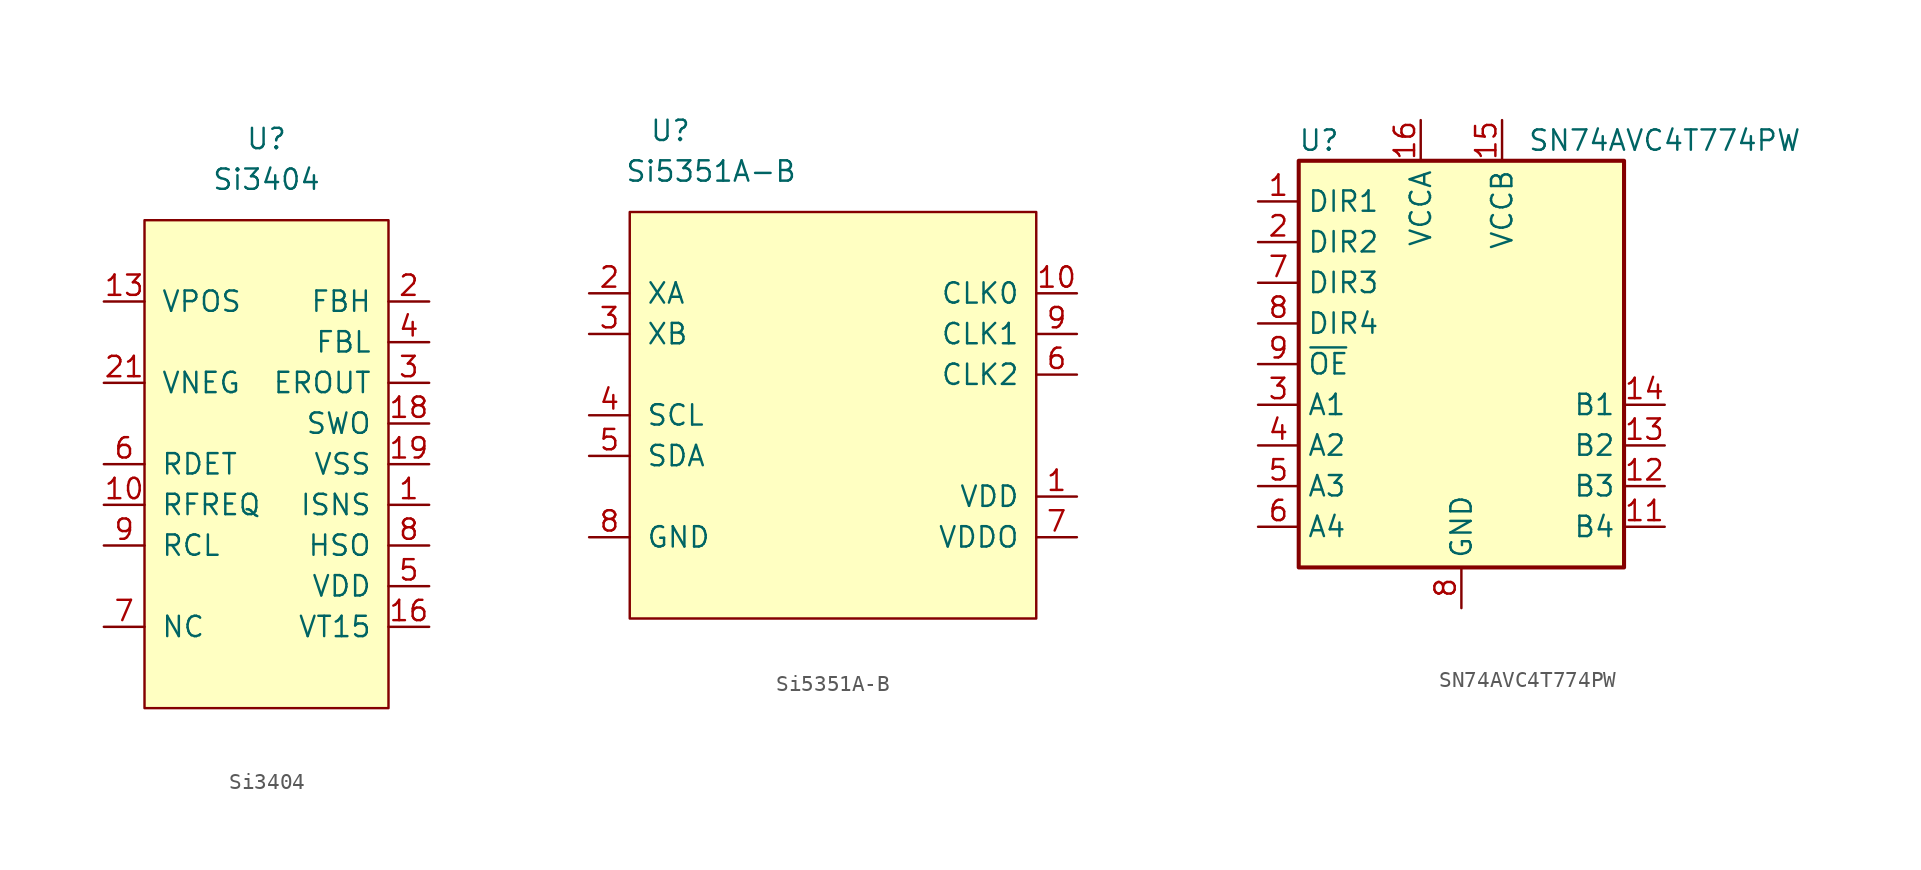
<source format=kicad_sym>
(kicad_symbol_lib
  (version 20231120)
  (generator "kicad_symbol_editor")
  (generator_version "8.0")
  (symbol "Si3404"
    (pin_names
      (offset 1.016))
    (property "Reference" "U"
      (at 0 5.08 0)
      (effects (font (size 1.27 1.27))))
    (property "Value" "Si3404"
      (at 0 2.54 0)
      (effects (font (size 1.27 1.27))))
    (symbol "Si3404_0_1"
      (rectangle (start -7.62 0) (end 7.62 -30.48) (stroke (width 0) (type default)) (fill (type background))))
    (symbol "Si3404_1_1"
      (pin input line (at 10.16 -17.78 180) (length 2.54) (name "ISNS" (effects (font (size 1.27 1.27)))) (number "1" (effects (font (size 1.27 1.27)))))
      (pin bidirectional line (at -10.16 -17.78 0) (length 2.54) (name "RFREQ" (effects (font (size 1.27 1.27)))) (number "10" (effects (font (size 1.27 1.27)))))
      (pin bidirectional line (at -10.16 -25.4 0) (length 2.54) hide (name "NC" (effects (font (size 1.27 1.27)))) (number "11" (effects (font (size 1.27 1.27)))))
      (pin bidirectional line (at -10.16 -25.4 0) (length 2.54) hide (name "NC" (effects (font (size 1.27 1.27)))) (number "12" (effects (font (size 1.27 1.27)))))
      (pin bidirectional line (at -10.16 -5.08 0) (length 2.54) (name "VPOS" (effects (font (size 1.27 1.27)))) (number "13" (effects (font (size 1.27 1.27)))))
      (pin bidirectional line (at -10.16 -25.4 0) (length 2.54) hide (name "NC" (effects (font (size 1.27 1.27)))) (number "14" (effects (font (size 1.27 1.27)))))
      (pin bidirectional line (at -10.16 -25.4 0) (length 2.54) hide (name "NC" (effects (font (size 1.27 1.27)))) (number "15" (effects (font (size 1.27 1.27)))))
      (pin input line (at 10.16 -25.4 180) (length 2.54) (name "VT15" (effects (font (size 1.27 1.27)))) (number "16" (effects (font (size 1.27 1.27)))))
      (pin bidirectional line (at -10.16 -25.4 0) (length 2.54) hide (name "NC" (effects (font (size 1.27 1.27)))) (number "17" (effects (font (size 1.27 1.27)))))
      (pin output line (at 10.16 -12.7 180) (length 2.54) (name "SWO" (effects (font (size 1.27 1.27)))) (number "18" (effects (font (size 1.27 1.27)))))
      (pin bidirectional line (at 10.16 -15.24 180) (length 2.54) (name "VSS" (effects (font (size 1.27 1.27)))) (number "19" (effects (font (size 1.27 1.27)))))
      (pin input line (at 10.16 -5.08 180) (length 2.54) (name "FBH" (effects (font (size 1.27 1.27)))) (number "2" (effects (font (size 1.27 1.27)))))
      (pin bidirectional line (at -10.16 -25.4 0) (length 2.54) hide (name "NC" (effects (font (size 1.27 1.27)))) (number "20" (effects (font (size 1.27 1.27)))))
      (pin bidirectional line (at -10.16 -10.16 0) (length 2.54) (name "VNEG" (effects (font (size 1.27 1.27)))) (number "21" (effects (font (size 1.27 1.27)))))
      (pin bidirectional line (at 10.16 -10.16 180) (length 2.54) (name "EROUT" (effects (font (size 1.27 1.27)))) (number "3" (effects (font (size 1.27 1.27)))))
      (pin input line (at 10.16 -7.62 180) (length 2.54) (name "FBL" (effects (font (size 1.27 1.27)))) (number "4" (effects (font (size 1.27 1.27)))))
      (pin output line (at 10.16 -22.86 180) (length 2.54) (name "VDD" (effects (font (size 1.27 1.27)))) (number "5" (effects (font (size 1.27 1.27)))))
      (pin bidirectional line (at -10.16 -15.24 0) (length 2.54) (name "RDET" (effects (font (size 1.27 1.27)))) (number "6" (effects (font (size 1.27 1.27)))))
      (pin bidirectional line (at -10.16 -25.4 0) (length 2.54) (name "NC" (effects (font (size 1.27 1.27)))) (number "7" (effects (font (size 1.27 1.27)))))
      (pin bidirectional line (at 10.16 -20.32 180) (length 2.54) (name "HSO" (effects (font (size 1.27 1.27)))) (number "8" (effects (font (size 1.27 1.27)))))
      (pin bidirectional line (at -10.16 -20.32 0) (length 2.54) (name "RCL" (effects (font (size 1.27 1.27)))) (number "9" (effects (font (size 1.27 1.27)))))))
  (symbol "Si5351A-B"
    (pin_names
      (offset 1.016))
    (property "Reference" "U"
      (at -10.16 17.78 0)
      (effects (font (size 1.27 1.27))))
    (property "Value" "Si5351A-B"
      (at -7.62 15.24 0)
      (effects (font (size 1.27 1.27))))
    (symbol "Si5351A-B_0_1"
      (rectangle (start -12.7 12.7) (end 12.7 -12.7) (stroke (width 0) (type default)) (fill (type background))))
    (symbol "Si5351A-B_1_1"
      (pin power_in line (at 15.24 -5.08 180) (length 2.54) (name "VDD" (effects (font (size 1.27 1.27)))) (number "1" (effects (font (size 1.27 1.27)))))
      (pin output line (at 15.24 7.62 180) (length 2.54) (name "CLK0" (effects (font (size 1.27 1.27)))) (number "10" (effects (font (size 1.27 1.27)))))
      (pin input line (at -15.24 7.62 0) (length 2.54) (name "XA" (effects (font (size 1.27 1.27)))) (number "2" (effects (font (size 1.27 1.27)))))
      (pin input line (at -15.24 5.08 0) (length 2.54) (name "XB" (effects (font (size 1.27 1.27)))) (number "3" (effects (font (size 1.27 1.27)))))
      (pin input line (at -15.24 0 0) (length 2.54) (name "SCL" (effects (font (size 1.27 1.27)))) (number "4" (effects (font (size 1.27 1.27)))))
      (pin bidirectional line (at -15.24 -2.54 0) (length 2.54) (name "SDA" (effects (font (size 1.27 1.27)))) (number "5" (effects (font (size 1.27 1.27)))))
      (pin output line (at 15.24 2.54 180) (length 2.54) (name "CLK2" (effects (font (size 1.27 1.27)))) (number "6" (effects (font (size 1.27 1.27)))))
      (pin power_in line (at 15.24 -7.62 180) (length 2.54) (name "VDDO" (effects (font (size 1.27 1.27)))) (number "7" (effects (font (size 1.27 1.27)))))
      (pin power_in line (at -15.24 -7.62 0) (length 2.54) (name "GND" (effects (font (size 1.27 1.27)))) (number "8" (effects (font (size 1.27 1.27)))))
      (pin output line (at 15.24 5.08 180) (length 2.54) (name "CLK1" (effects (font (size 1.27 1.27)))) (number "9" (effects (font (size 1.27 1.27)))))))
  (symbol "SN74AVC4T774PW"
    (property "Reference" "U"
      (at -8.89 13.97 0)
      (effects (font (size 1.27 1.27))))
    (property "Value" "SN74AVC4T774PW"
      (at 12.7 13.97 0)
      (effects (font (size 1.27 1.27))))
    (symbol "SN74AVC4T774PW_0_1"
      (rectangle (start -10.16 12.7) (end 10.16 -12.7) (stroke (width 0.254) (type default)) (fill (type background))))
    (symbol "SN74AVC4T774PW_1_1"
      (pin input line (at -12.7 10.16 0) (length 2.54) (name "DIR1" (effects (font (size 1.27 1.27)))) (number "1" (effects (font (size 1.27 1.27)))))
      (pin bidirectional line (at 12.7 -10.16 180) (length 2.54) (name "B4" (effects (font (size 1.27 1.27)))) (number "11" (effects (font (size 1.27 1.27)))))
      (pin bidirectional line (at 12.7 -7.62 180) (length 2.54) (name "B3" (effects (font (size 1.27 1.27)))) (number "12" (effects (font (size 1.27 1.27)))))
      (pin bidirectional line (at 12.7 -5.08 180) (length 2.54) (name "B2" (effects (font (size 1.27 1.27)))) (number "13" (effects (font (size 1.27 1.27)))))
      (pin bidirectional line (at 12.7 -2.54 180) (length 2.54) (name "B1" (effects (font (size 1.27 1.27)))) (number "14" (effects (font (size 1.27 1.27)))))
      (pin power_in line (at 2.54 15.24 270) (length 2.54) (name "VCCB" (effects (font (size 1.27 1.27)))) (number "15" (effects (font (size 1.27 1.27)))))
      (pin power_in line (at -2.54 15.24 270) (length 2.54) (name "VCCA" (effects (font (size 1.27 1.27)))) (number "16" (effects (font (size 1.27 1.27)))))
      (pin input line (at -12.7 7.62 0) (length 2.54) (name "DIR2" (effects (font (size 1.27 1.27)))) (number "2" (effects (font (size 1.27 1.27)))))
      (pin bidirectional line (at -12.7 -2.54 0) (length 2.54) (name "A1" (effects (font (size 1.27 1.27)))) (number "3" (effects (font (size 1.27 1.27)))))
      (pin bidirectional line (at -12.7 -5.08 0) (length 2.54) (name "A2" (effects (font (size 1.27 1.27)))) (number "4" (effects (font (size 1.27 1.27)))))
      (pin bidirectional line (at -12.7 -7.62 0) (length 2.54) (name "A3" (effects (font (size 1.27 1.27)))) (number "5" (effects (font (size 1.27 1.27)))))
      (pin bidirectional line (at -12.7 -10.16 0) (length 2.54) (name "A4" (effects (font (size 1.27 1.27)))) (number "6" (effects (font (size 1.27 1.27)))))
      (pin input line (at -12.7 5.08 0) (length 2.54) (name "DIR3" (effects (font (size 1.27 1.27)))) (number "7" (effects (font (size 1.27 1.27)))))
      (pin input line (at -12.7 2.54 0) (length 2.54) (name "DIR4" (effects (font (size 1.27 1.27)))) (number "8" (effects (font (size 1.27 1.27)))))
      (pin power_in line (at 0 -15.24 90) (length 2.54) (name "GND" (effects (font (size 1.27 1.27)))) (number "8" (effects (font (size 1.27 1.27)))))
      (pin passive line (at -12.7 0 0) (length 2.54) (name "~{OE}" (effects (font (size 1.27 1.27)))) (number "9" (effects (font (size 1.27 1.27))))))))
</source>
